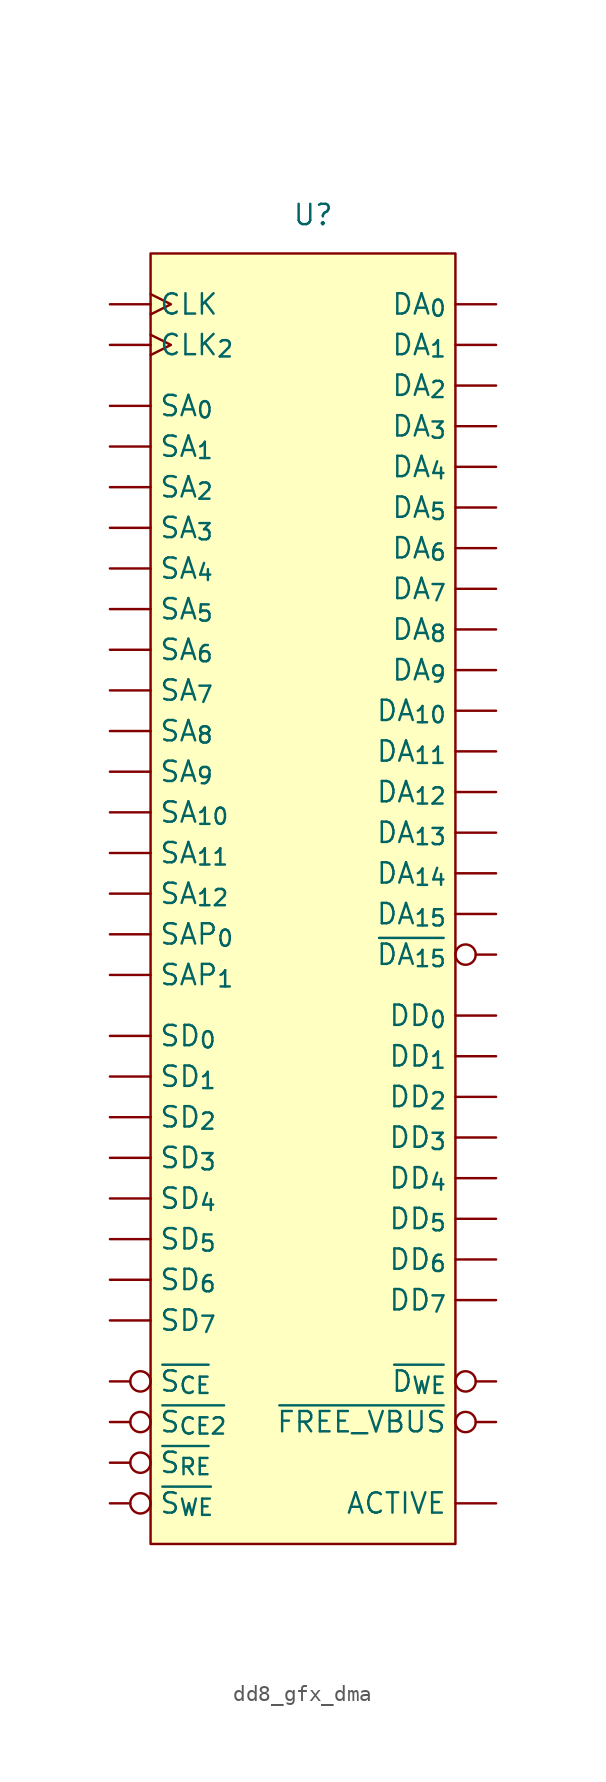
<source format=kicad_sym>
(kicad_symbol_lib
  (version 20231120)
  (generator "kicad_symbol_editor")
  (generator_version "8.0")
  (symbol "dd8_gfx_dma"
    (property "Reference" "U"
      (at 0 39.878 0)
      (effects (font (size 1.27 1.27))))
    (property "Value" ""
      (at -1.905 36.83 0)
      (effects (font (size 1.27 1.27))))
    (symbol "dd8_gfx_dma_1_1"
      (rectangle (start -10.16 37.465) (end 8.89 -43.18) (stroke (width 0) (type default)) (fill (type background)))
      (pin output line (at 11.43 -40.64 180) (length 2.54) (name "ACTIVE" (effects (font (size 1.27 1.27)))) (number "" (effects (font (size 1.27 1.27)))))
      (pin input clock (at -12.7 34.29 0) (length 2.54) (name "CLK" (effects (font (size 1.27 1.27)))) (number "" (effects (font (size 1.27 1.27)))))
      (pin input clock (at -12.7 31.75 0) (length 2.54) (name "CLK_{2}" (effects (font (size 1.27 1.27)))) (number "" (effects (font (size 1.27 1.27)))))
      (pin tri_state line (at 11.43 34.29 180) (length 2.54) (name "DA_{0}" (effects (font (size 1.27 1.27)))) (number "" (effects (font (size 1.27 1.27)))))
      (pin tri_state line (at 11.43 8.89 180) (length 2.54) (name "DA_{10}" (effects (font (size 1.27 1.27)))) (number "" (effects (font (size 1.27 1.27)))))
      (pin tri_state line (at 11.43 6.35 180) (length 2.54) (name "DA_{11}" (effects (font (size 1.27 1.27)))) (number "" (effects (font (size 1.27 1.27)))))
      (pin tri_state line (at 11.43 3.81 180) (length 2.54) (name "DA_{12}" (effects (font (size 1.27 1.27)))) (number "" (effects (font (size 1.27 1.27)))))
      (pin tri_state line (at 11.43 1.27 180) (length 2.54) (name "DA_{13}" (effects (font (size 1.27 1.27)))) (number "" (effects (font (size 1.27 1.27)))))
      (pin tri_state line (at 11.43 -1.27 180) (length 2.54) (name "DA_{14}" (effects (font (size 1.27 1.27)))) (number "" (effects (font (size 1.27 1.27)))))
      (pin tri_state line (at 11.43 -3.81 180) (length 2.54) (name "DA_{15}" (effects (font (size 1.27 1.27)))) (number "" (effects (font (size 1.27 1.27)))))
      (pin tri_state line (at 11.43 31.75 180) (length 2.54) (name "DA_{1}" (effects (font (size 1.27 1.27)))) (number "" (effects (font (size 1.27 1.27)))))
      (pin tri_state line (at 11.43 29.21 180) (length 2.54) (name "DA_{2}" (effects (font (size 1.27 1.27)))) (number "" (effects (font (size 1.27 1.27)))))
      (pin tri_state line (at 11.43 26.67 180) (length 2.54) (name "DA_{3}" (effects (font (size 1.27 1.27)))) (number "" (effects (font (size 1.27 1.27)))))
      (pin tri_state line (at 11.43 24.13 180) (length 2.54) (name "DA_{4}" (effects (font (size 1.27 1.27)))) (number "" (effects (font (size 1.27 1.27)))))
      (pin tri_state line (at 11.43 21.59 180) (length 2.54) (name "DA_{5}" (effects (font (size 1.27 1.27)))) (number "" (effects (font (size 1.27 1.27)))))
      (pin tri_state line (at 11.43 19.05 180) (length 2.54) (name "DA_{6}" (effects (font (size 1.27 1.27)))) (number "" (effects (font (size 1.27 1.27)))))
      (pin tri_state line (at 11.43 16.51 180) (length 2.54) (name "DA_{7}" (effects (font (size 1.27 1.27)))) (number "" (effects (font (size 1.27 1.27)))))
      (pin tri_state line (at 11.43 13.97 180) (length 2.54) (name "DA_{8}" (effects (font (size 1.27 1.27)))) (number "" (effects (font (size 1.27 1.27)))))
      (pin tri_state line (at 11.43 11.43 180) (length 2.54) (name "DA_{9}" (effects (font (size 1.27 1.27)))) (number "" (effects (font (size 1.27 1.27)))))
      (pin tri_state line (at 11.43 -10.16 180) (length 2.54) (name "DD_{0}" (effects (font (size 1.27 1.27)))) (number "" (effects (font (size 1.27 1.27)))))
      (pin tri_state line (at 11.43 -12.7 180) (length 2.54) (name "DD_{1}" (effects (font (size 1.27 1.27)))) (number "" (effects (font (size 1.27 1.27)))))
      (pin tri_state line (at 11.43 -15.24 180) (length 2.54) (name "DD_{2}" (effects (font (size 1.27 1.27)))) (number "" (effects (font (size 1.27 1.27)))))
      (pin tri_state line (at 11.43 -17.78 180) (length 2.54) (name "DD_{3}" (effects (font (size 1.27 1.27)))) (number "" (effects (font (size 1.27 1.27)))))
      (pin tri_state line (at 11.43 -20.32 180) (length 2.54) (name "DD_{4}" (effects (font (size 1.27 1.27)))) (number "" (effects (font (size 1.27 1.27)))))
      (pin tri_state line (at 11.43 -22.86 180) (length 2.54) (name "DD_{5}" (effects (font (size 1.27 1.27)))) (number "" (effects (font (size 1.27 1.27)))))
      (pin tri_state line (at 11.43 -25.4 180) (length 2.54) (name "DD_{6}" (effects (font (size 1.27 1.27)))) (number "" (effects (font (size 1.27 1.27)))))
      (pin tri_state line (at 11.43 -27.94 180) (length 2.54) (name "DD_{7}" (effects (font (size 1.27 1.27)))) (number "" (effects (font (size 1.27 1.27)))))
      (pin tri_state line (at -12.7 -5.08 0) (length 2.54) (name "SAP_{0}" (effects (font (size 1.27 1.27)))) (number "" (effects (font (size 1.27 1.27)))))
      (pin tri_state line (at -12.7 -7.62 0) (length 2.54) (name "SAP_{1}" (effects (font (size 1.27 1.27)))) (number "" (effects (font (size 1.27 1.27)))))
      (pin bidirectional line (at -12.7 27.94 0) (length 2.54) (name "SA_{0}" (effects (font (size 1.27 1.27)))) (number "" (effects (font (size 1.27 1.27)))))
      (pin bidirectional line (at -12.7 2.54 0) (length 2.54) (name "SA_{10}" (effects (font (size 1.27 1.27)))) (number "" (effects (font (size 1.27 1.27)))))
      (pin bidirectional line (at -12.7 0 0) (length 2.54) (name "SA_{11}" (effects (font (size 1.27 1.27)))) (number "" (effects (font (size 1.27 1.27)))))
      (pin bidirectional line (at -12.7 -2.54 0) (length 2.54) (name "SA_{12}" (effects (font (size 1.27 1.27)))) (number "" (effects (font (size 1.27 1.27)))))
      (pin bidirectional line (at -12.7 25.4 0) (length 2.54) (name "SA_{1}" (effects (font (size 1.27 1.27)))) (number "" (effects (font (size 1.27 1.27)))))
      (pin bidirectional line (at -12.7 22.86 0) (length 2.54) (name "SA_{2}" (effects (font (size 1.27 1.27)))) (number "" (effects (font (size 1.27 1.27)))))
      (pin bidirectional line (at -12.7 20.32 0) (length 2.54) (name "SA_{3}" (effects (font (size 1.27 1.27)))) (number "" (effects (font (size 1.27 1.27)))))
      (pin bidirectional line (at -12.7 17.78 0) (length 2.54) (name "SA_{4}" (effects (font (size 1.27 1.27)))) (number "" (effects (font (size 1.27 1.27)))))
      (pin bidirectional line (at -12.7 15.24 0) (length 2.54) (name "SA_{5}" (effects (font (size 1.27 1.27)))) (number "" (effects (font (size 1.27 1.27)))))
      (pin bidirectional line (at -12.7 12.7 0) (length 2.54) (name "SA_{6}" (effects (font (size 1.27 1.27)))) (number "" (effects (font (size 1.27 1.27)))))
      (pin bidirectional line (at -12.7 10.16 0) (length 2.54) (name "SA_{7}" (effects (font (size 1.27 1.27)))) (number "" (effects (font (size 1.27 1.27)))))
      (pin bidirectional line (at -12.7 7.62 0) (length 2.54) (name "SA_{8}" (effects (font (size 1.27 1.27)))) (number "" (effects (font (size 1.27 1.27)))))
      (pin bidirectional line (at -12.7 5.08 0) (length 2.54) (name "SA_{9}" (effects (font (size 1.27 1.27)))) (number "" (effects (font (size 1.27 1.27)))))
      (pin input line (at -12.7 -11.43 0) (length 2.54) (name "SD_{0}" (effects (font (size 1.27 1.27)))) (number "" (effects (font (size 1.27 1.27)))))
      (pin input line (at -12.7 -13.97 0) (length 2.54) (name "SD_{1}" (effects (font (size 1.27 1.27)))) (number "" (effects (font (size 1.27 1.27)))))
      (pin input line (at -12.7 -16.51 0) (length 2.54) (name "SD_{2}" (effects (font (size 1.27 1.27)))) (number "" (effects (font (size 1.27 1.27)))))
      (pin input line (at -12.7 -19.05 0) (length 2.54) (name "SD_{3}" (effects (font (size 1.27 1.27)))) (number "" (effects (font (size 1.27 1.27)))))
      (pin input line (at -12.7 -21.59 0) (length 2.54) (name "SD_{4}" (effects (font (size 1.27 1.27)))) (number "" (effects (font (size 1.27 1.27)))))
      (pin input line (at -12.7 -24.13 0) (length 2.54) (name "SD_{5}" (effects (font (size 1.27 1.27)))) (number "" (effects (font (size 1.27 1.27)))))
      (pin input line (at -12.7 -26.67 0) (length 2.54) (name "SD_{6}" (effects (font (size 1.27 1.27)))) (number "" (effects (font (size 1.27 1.27)))))
      (pin input line (at -12.7 -29.21 0) (length 2.54) (name "SD_{7}" (effects (font (size 1.27 1.27)))) (number "" (effects (font (size 1.27 1.27)))))
      (pin tri_state inverted (at 11.43 -6.35 180) (length 2.54) (name "~{DA_{15}}" (effects (font (size 1.27 1.27)))) (number "" (effects (font (size 1.27 1.27)))))
      (pin output inverted (at 11.43 -33.02 180) (length 2.54) (name "~{D_{WE}}" (effects (font (size 1.27 1.27)))) (number "" (effects (font (size 1.27 1.27)))))
      (pin input inverted (at 11.43 -35.56 180) (length 2.54) (name "~{FREE_VBUS}" (effects (font (size 1.27 1.27)))) (number "" (effects (font (size 1.27 1.27)))))
      (pin input inverted (at -12.7 -35.56 0) (length 2.54) (name "~{S_{CE2}}" (effects (font (size 1.27 1.27)))) (number "" (effects (font (size 1.27 1.27)))))
      (pin input inverted (at -12.7 -33.02 0) (length 2.54) (name "~{S_{CE}}" (effects (font (size 1.27 1.27)))) (number "" (effects (font (size 1.27 1.27)))))
      (pin tri_state inverted (at -12.7 -38.1 0) (length 2.54) (name "~{S_{RE}}" (effects (font (size 1.27 1.27)))) (number "" (effects (font (size 1.27 1.27)))))
      (pin bidirectional inverted (at -12.7 -40.64 0) (length 2.54) (name "~{S_{WE}}" (effects (font (size 1.27 1.27)))) (number "" (effects (font (size 1.27 1.27))))))))
</source>
